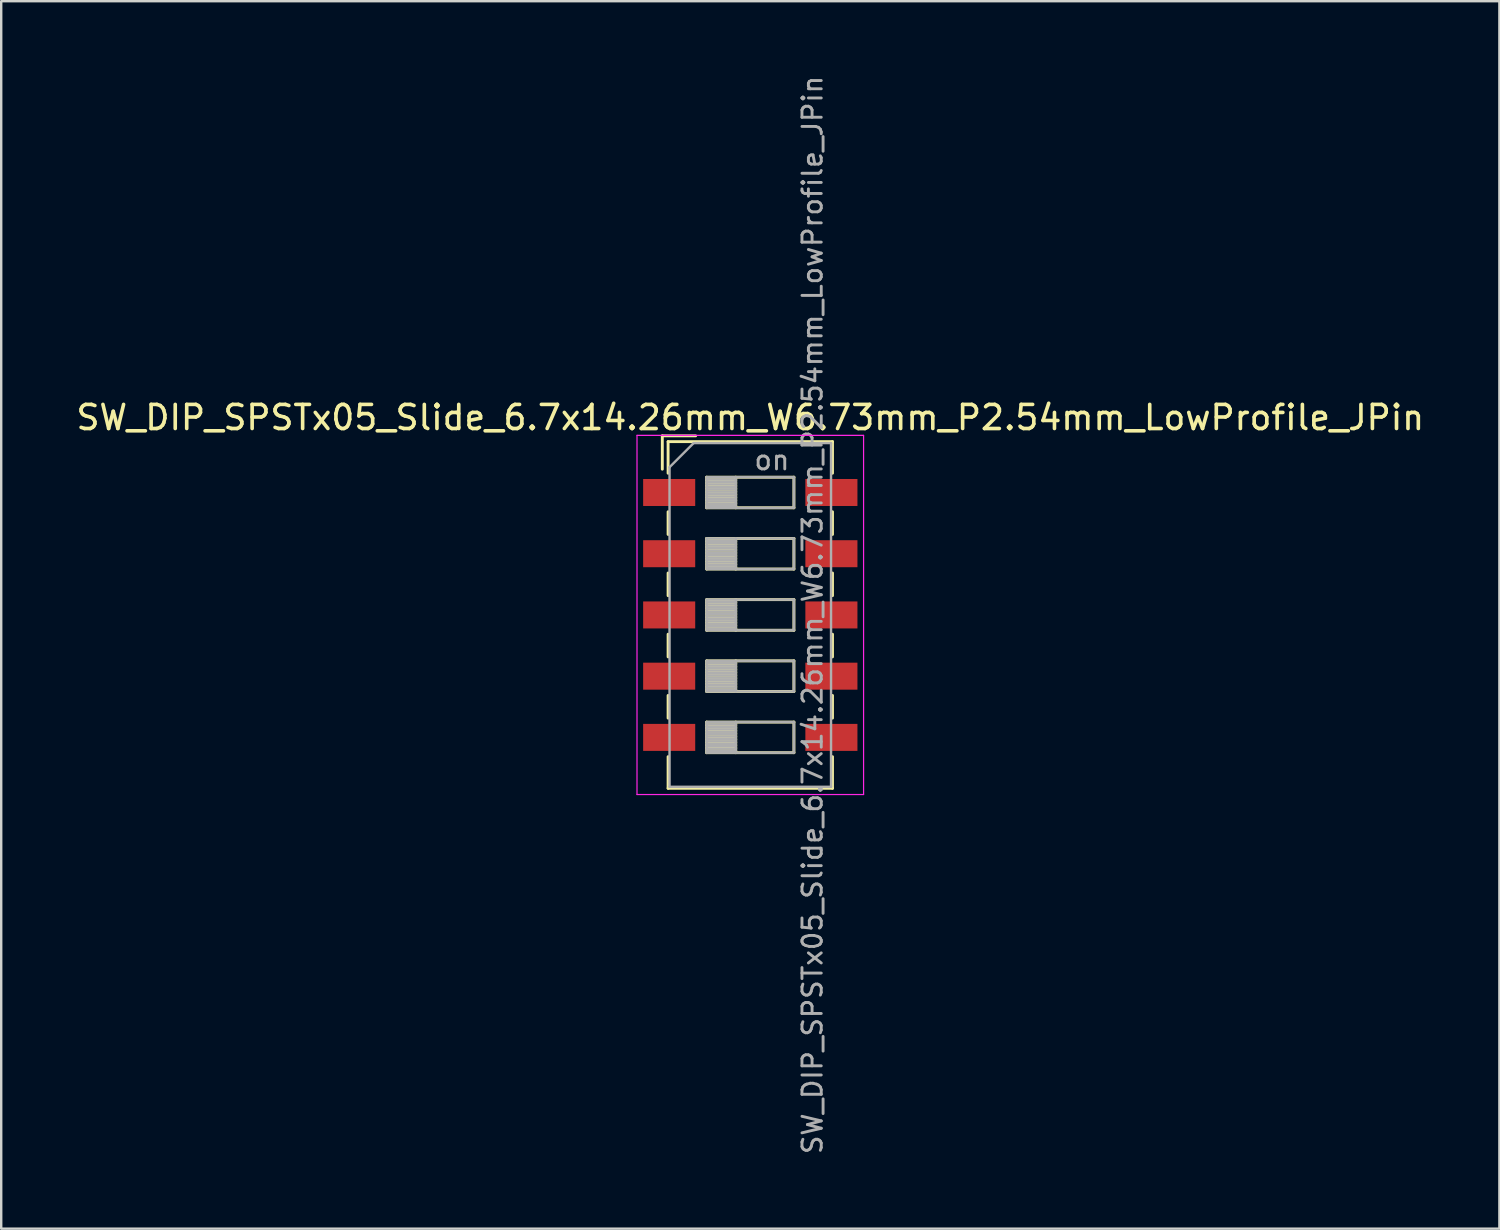
<source format=kicad_pcb>
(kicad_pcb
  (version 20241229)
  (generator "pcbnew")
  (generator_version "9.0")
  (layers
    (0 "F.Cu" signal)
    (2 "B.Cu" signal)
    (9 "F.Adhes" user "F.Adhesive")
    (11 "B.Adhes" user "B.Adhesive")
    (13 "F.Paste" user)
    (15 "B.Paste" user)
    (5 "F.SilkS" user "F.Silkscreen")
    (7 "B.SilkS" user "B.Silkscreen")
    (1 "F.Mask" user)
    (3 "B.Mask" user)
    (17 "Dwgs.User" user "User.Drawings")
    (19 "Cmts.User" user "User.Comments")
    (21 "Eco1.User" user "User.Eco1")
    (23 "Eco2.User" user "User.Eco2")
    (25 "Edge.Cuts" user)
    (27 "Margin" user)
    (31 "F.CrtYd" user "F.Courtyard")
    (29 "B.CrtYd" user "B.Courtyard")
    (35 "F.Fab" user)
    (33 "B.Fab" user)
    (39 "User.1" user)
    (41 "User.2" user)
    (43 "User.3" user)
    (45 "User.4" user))
  (footprint "SW_DIP_SPSTx05_Slide_6.7x14.26mm_W6.73mm_P2.54mm_LowProfile_JPin"
    (layer "F.Cu")
    (at 28.077 22.462)
    (property "Reference" "SW_DIP_SPSTx05_Slide_6.7x14.26mm_W6.73mm_P2.54mm_LowProfile_JPin" (at 0 -8.19 0) (layer "F.SilkS") (effects (font (size 1 1) (thickness 0.15))))
    (attr smd)
    (fp_line (start -3.65 -7.43) (end -3.65 -6.047) (stroke (width 0.12) (type solid)) (layer "F.SilkS"))
    (fp_line (start -3.65 -7.43) (end -2.267 -7.43) (stroke (width 0.12) (type solid)) (layer "F.SilkS"))
    (fp_line (start -3.41 -7.19) (end -3.41 -5.88) (stroke (width 0.12) (type solid)) (layer "F.SilkS"))
    (fp_line (start -3.41 -7.19) (end 3.41 -7.19) (stroke (width 0.12) (type solid)) (layer "F.SilkS"))
    (fp_line (start -3.41 -4.28) (end -3.41 -3.34) (stroke (width 0.12) (type solid)) (layer "F.SilkS"))
    (fp_line (start -3.41 -1.74) (end -3.41 -0.8) (stroke (width 0.12) (type solid)) (layer "F.SilkS"))
    (fp_line (start -3.41 0.8) (end -3.41 1.74) (stroke (width 0.12) (type solid)) (layer "F.SilkS"))
    (fp_line (start -3.41 3.34) (end -3.41 4.28) (stroke (width 0.12) (type solid)) (layer "F.SilkS"))
    (fp_line (start -3.41 5.88) (end -3.41 7.191) (stroke (width 0.12) (type solid)) (layer "F.SilkS"))
    (fp_line (start -3.41 7.191) (end 3.41 7.191) (stroke (width 0.12) (type solid)) (layer "F.SilkS"))
    (fp_line (start -1.81 -5.715) (end -1.81 -4.445) (stroke (width 0.12) (type solid)) (layer "F.SilkS"))
    (fp_line (start -1.81 -5.595) (end -0.603 -5.595) (stroke (width 0.12) (type solid)) (layer "F.SilkS"))
    (fp_line (start -1.81 -5.475) (end -0.603 -5.475) (stroke (width 0.12) (type solid)) (layer "F.SilkS"))
    (fp_line (start -1.81 -5.355) (end -0.603 -5.355) (stroke (width 0.12) (type solid)) (layer "F.SilkS"))
    (fp_line (start -1.81 -5.235) (end -0.603 -5.235) (stroke (width 0.12) (type solid)) (layer "F.SilkS"))
    (fp_line (start -1.81 -5.115) (end -0.603 -5.115) (stroke (width 0.12) (type solid)) (layer "F.SilkS"))
    (fp_line (start -1.81 -4.995) (end -0.603 -4.995) (stroke (width 0.12) (type solid)) (layer "F.SilkS"))
    (fp_line (start -1.81 -4.875) (end -0.603 -4.875) (stroke (width 0.12) (type solid)) (layer "F.SilkS"))
    (fp_line (start -1.81 -4.755) (end -0.603 -4.755) (stroke (width 0.12) (type solid)) (layer "F.SilkS"))
    (fp_line (start -1.81 -4.635) (end -0.603 -4.635) (stroke (width 0.12) (type solid)) (layer "F.SilkS"))
    (fp_line (start -1.81 -4.515) (end -0.603 -4.515) (stroke (width 0.12) (type solid)) (layer "F.SilkS"))
    (fp_line (start -1.81 -4.445) (end 1.81 -4.445) (stroke (width 0.12) (type solid)) (layer "F.SilkS"))
    (fp_line (start -1.81 -3.175) (end -1.81 -1.905) (stroke (width 0.12) (type solid)) (layer "F.SilkS"))
    (fp_line (start -1.81 -3.055) (end -0.603 -3.055) (stroke (width 0.12) (type solid)) (layer "F.SilkS"))
    (fp_line (start -1.81 -2.935) (end -0.603 -2.935) (stroke (width 0.12) (type solid)) (layer "F.SilkS"))
    (fp_line (start -1.81 -2.815) (end -0.603 -2.815) (stroke (width 0.12) (type solid)) (layer "F.SilkS"))
    (fp_line (start -1.81 -2.695) (end -0.603 -2.695) (stroke (width 0.12) (type solid)) (layer "F.SilkS"))
    (fp_line (start -1.81 -2.575) (end -0.603 -2.575) (stroke (width 0.12) (type solid)) (layer "F.SilkS"))
    (fp_line (start -1.81 -2.455) (end -0.603 -2.455) (stroke (width 0.12) (type solid)) (layer "F.SilkS"))
    (fp_line (start -1.81 -2.335) (end -0.603 -2.335) (stroke (width 0.12) (type solid)) (layer "F.SilkS"))
    (fp_line (start -1.81 -2.215) (end -0.603 -2.215) (stroke (width 0.12) (type solid)) (layer "F.SilkS"))
    (fp_line (start -1.81 -2.095) (end -0.603 -2.095) (stroke (width 0.12) (type solid)) (layer "F.SilkS"))
    (fp_line (start -1.81 -1.975) (end -0.603 -1.975) (stroke (width 0.12) (type solid)) (layer "F.SilkS"))
    (fp_line (start -1.81 -1.905) (end 1.81 -1.905) (stroke (width 0.12) (type solid)) (layer "F.SilkS"))
    (fp_line (start -1.81 -0.635) (end -1.81 0.635) (stroke (width 0.12) (type solid)) (layer "F.SilkS"))
    (fp_line (start -1.81 -0.515) (end -0.603 -0.515) (stroke (width 0.12) (type solid)) (layer "F.SilkS"))
    (fp_line (start -1.81 -0.395) (end -0.603 -0.395) (stroke (width 0.12) (type solid)) (layer "F.SilkS"))
    (fp_line (start -1.81 -0.275) (end -0.603 -0.275) (stroke (width 0.12) (type solid)) (layer "F.SilkS"))
    (fp_line (start -1.81 -0.155) (end -0.603 -0.155) (stroke (width 0.12) (type solid)) (layer "F.SilkS"))
    (fp_line (start -1.81 -0.035) (end -0.603 -0.035) (stroke (width 0.12) (type solid)) (layer "F.SilkS"))
    (fp_line (start -1.81 0.085) (end -0.603 0.085) (stroke (width 0.12) (type solid)) (layer "F.SilkS"))
    (fp_line (start -1.81 0.205) (end -0.603 0.205) (stroke (width 0.12) (type solid)) (layer "F.SilkS"))
    (fp_line (start -1.81 0.325) (end -0.603 0.325) (stroke (width 0.12) (type solid)) (layer "F.SilkS"))
    (fp_line (start -1.81 0.445) (end -0.603 0.445) (stroke (width 0.12) (type solid)) (layer "F.SilkS"))
    (fp_line (start -1.81 0.565) (end -0.603 0.565) (stroke (width 0.12) (type solid)) (layer "F.SilkS"))
    (fp_line (start -1.81 0.635) (end 1.81 0.635) (stroke (width 0.12) (type solid)) (layer "F.SilkS"))
    (fp_line (start -1.81 1.905) (end -1.81 3.175) (stroke (width 0.12) (type solid)) (layer "F.SilkS"))
    (fp_line (start -1.81 2.025) (end -0.603 2.025) (stroke (width 0.12) (type solid)) (layer "F.SilkS"))
    (fp_line (start -1.81 2.145) (end -0.603 2.145) (stroke (width 0.12) (type solid)) (layer "F.SilkS"))
    (fp_line (start -1.81 2.265) (end -0.603 2.265) (stroke (width 0.12) (type solid)) (layer "F.SilkS"))
    (fp_line (start -1.81 2.385) (end -0.603 2.385) (stroke (width 0.12) (type solid)) (layer "F.SilkS"))
    (fp_line (start -1.81 2.505) (end -0.603 2.505) (stroke (width 0.12) (type solid)) (layer "F.SilkS"))
    (fp_line (start -1.81 2.625) (end -0.603 2.625) (stroke (width 0.12) (type solid)) (layer "F.SilkS"))
    (fp_line (start -1.81 2.745) (end -0.603 2.745) (stroke (width 0.12) (type solid)) (layer "F.SilkS"))
    (fp_line (start -1.81 2.865) (end -0.603 2.865) (stroke (width 0.12) (type solid)) (layer "F.SilkS"))
    (fp_line (start -1.81 2.985) (end -0.603 2.985) (stroke (width 0.12) (type solid)) (layer "F.SilkS"))
    (fp_line (start -1.81 3.105) (end -0.603 3.105) (stroke (width 0.12) (type solid)) (layer "F.SilkS"))
    (fp_line (start -1.81 3.175) (end 1.81 3.175) (stroke (width 0.12) (type solid)) (layer "F.SilkS"))
    (fp_line (start -1.81 4.445) (end -1.81 5.715) (stroke (width 0.12) (type solid)) (layer "F.SilkS"))
    (fp_line (start -1.81 4.565) (end -0.603 4.565) (stroke (width 0.12) (type solid)) (layer "F.SilkS"))
    (fp_line (start -1.81 4.685) (end -0.603 4.685) (stroke (width 0.12) (type solid)) (layer "F.SilkS"))
    (fp_line (start -1.81 4.805) (end -0.603 4.805) (stroke (width 0.12) (type solid)) (layer "F.SilkS"))
    (fp_line (start -1.81 4.925) (end -0.603 4.925) (stroke (width 0.12) (type solid)) (layer "F.SilkS"))
    (fp_line (start -1.81 5.045) (end -0.603 5.045) (stroke (width 0.12) (type solid)) (layer "F.SilkS"))
    (fp_line (start -1.81 5.165) (end -0.603 5.165) (stroke (width 0.12) (type solid)) (layer "F.SilkS"))
    (fp_line (start -1.81 5.285) (end -0.603 5.285) (stroke (width 0.12) (type solid)) (layer "F.SilkS"))
    (fp_line (start -1.81 5.405) (end -0.603 5.405) (stroke (width 0.12) (type solid)) (layer "F.SilkS"))
    (fp_line (start -1.81 5.525) (end -0.603 5.525) (stroke (width 0.12) (type solid)) (layer "F.SilkS"))
    (fp_line (start -1.81 5.645) (end -0.603 5.645) (stroke (width 0.12) (type solid)) (layer "F.SilkS"))
    (fp_line (start -1.81 5.715) (end 1.81 5.715) (stroke (width 0.12) (type solid)) (layer "F.SilkS"))
    (fp_line (start -0.603 -5.715) (end -0.603 -4.445) (stroke (width 0.12) (type solid)) (layer "F.SilkS"))
    (fp_line (start -0.603 -3.175) (end -0.603 -1.905) (stroke (width 0.12) (type solid)) (layer "F.SilkS"))
    (fp_line (start -0.603 -0.635) (end -0.603 0.635) (stroke (width 0.12) (type solid)) (layer "F.SilkS"))
    (fp_line (start -0.603 1.905) (end -0.603 3.175) (stroke (width 0.12) (type solid)) (layer "F.SilkS"))
    (fp_line (start -0.603 4.445) (end -0.603 5.715) (stroke (width 0.12) (type solid)) (layer "F.SilkS"))
    (fp_line (start 1.81 -5.715) (end -1.81 -5.715) (stroke (width 0.12) (type solid)) (layer "F.SilkS"))
    (fp_line (start 1.81 -4.445) (end 1.81 -5.715) (stroke (width 0.12) (type solid)) (layer "F.SilkS"))
    (fp_line (start 1.81 -3.175) (end -1.81 -3.175) (stroke (width 0.12) (type solid)) (layer "F.SilkS"))
    (fp_line (start 1.81 -1.905) (end 1.81 -3.175) (stroke (width 0.12) (type solid)) (layer "F.SilkS"))
    (fp_line (start 1.81 -0.635) (end -1.81 -0.635) (stroke (width 0.12) (type solid)) (layer "F.SilkS"))
    (fp_line (start 1.81 0.635) (end 1.81 -0.635) (stroke (width 0.12) (type solid)) (layer "F.SilkS"))
    (fp_line (start 1.81 1.905) (end -1.81 1.905) (stroke (width 0.12) (type solid)) (layer "F.SilkS"))
    (fp_line (start 1.81 3.175) (end 1.81 1.905) (stroke (width 0.12) (type solid)) (layer "F.SilkS"))
    (fp_line (start 1.81 4.445) (end -1.81 4.445) (stroke (width 0.12) (type solid)) (layer "F.SilkS"))
    (fp_line (start 1.81 5.715) (end 1.81 4.445) (stroke (width 0.12) (type solid)) (layer "F.SilkS"))
    (fp_line (start 3.41 -7.19) (end 3.41 -5.88) (stroke (width 0.12) (type solid)) (layer "F.SilkS"))
    (fp_line (start 3.41 -4.28) (end 3.41 -3.34) (stroke (width 0.12) (type solid)) (layer "F.SilkS"))
    (fp_line (start 3.41 -1.74) (end 3.41 -0.8) (stroke (width 0.12) (type solid)) (layer "F.SilkS"))
    (fp_line (start 3.41 0.8) (end 3.41 1.74) (stroke (width 0.12) (type solid)) (layer "F.SilkS"))
    (fp_line (start 3.41 3.34) (end 3.41 4.28) (stroke (width 0.12) (type solid)) (layer "F.SilkS"))
    (fp_line (start 3.41 5.88) (end 3.41 7.191) (stroke (width 0.12) (type solid)) (layer "F.SilkS"))
    (fp_line (start -4.7 -7.45) (end -4.7 7.45) (stroke (width 0.05) (type solid)) (layer "F.CrtYd"))
    (fp_line (start -4.7 7.45) (end 4.7 7.45) (stroke (width 0.05) (type solid)) (layer "F.CrtYd"))
    (fp_line (start 4.7 -7.45) (end -4.7 -7.45) (stroke (width 0.05) (type solid)) (layer "F.CrtYd"))
    (fp_line (start 4.7 7.45) (end 4.7 -7.45) (stroke (width 0.05) (type solid)) (layer "F.CrtYd"))
    (fp_line (start -3.35 -6.13) (end -2.35 -7.13) (stroke (width 0.1) (type solid)) (layer "F.Fab"))
    (fp_line (start -3.35 7.13) (end -3.35 -6.13) (stroke (width 0.1) (type solid)) (layer "F.Fab"))
    (fp_line (start -2.35 -7.13) (end 3.35 -7.13) (stroke (width 0.1) (type solid)) (layer "F.Fab"))
    (fp_line (start -1.81 -5.715) (end -1.81 -4.445) (stroke (width 0.1) (type solid)) (layer "F.Fab"))
    (fp_line (start -1.81 -5.615) (end -0.603 -5.615) (stroke (width 0.1) (type solid)) (layer "F.Fab"))
    (fp_line (start -1.81 -5.515) (end -0.603 -5.515) (stroke (width 0.1) (type solid)) (layer "F.Fab"))
    (fp_line (start -1.81 -5.415) (end -0.603 -5.415) (stroke (width 0.1) (type solid)) (layer "F.Fab"))
    (fp_line (start -1.81 -5.315) (end -0.603 -5.315) (stroke (width 0.1) (type solid)) (layer "F.Fab"))
    (fp_line (start -1.81 -5.215) (end -0.603 -5.215) (stroke (width 0.1) (type solid)) (layer "F.Fab"))
    (fp_line (start -1.81 -5.115) (end -0.603 -5.115) (stroke (width 0.1) (type solid)) (layer "F.Fab"))
    (fp_line (start -1.81 -5.015) (end -0.603 -5.015) (stroke (width 0.1) (type solid)) (layer "F.Fab"))
    (fp_line (start -1.81 -4.915) (end -0.603 -4.915) (stroke (width 0.1) (type solid)) (layer "F.Fab"))
    (fp_line (start -1.81 -4.815) (end -0.603 -4.815) (stroke (width 0.1) (type solid)) (layer "F.Fab"))
    (fp_line (start -1.81 -4.715) (end -0.603 -4.715) (stroke (width 0.1) (type solid)) (layer "F.Fab"))
    (fp_line (start -1.81 -4.615) (end -0.603 -4.615) (stroke (width 0.1) (type solid)) (layer "F.Fab"))
    (fp_line (start -1.81 -4.515) (end -0.603 -4.515) (stroke (width 0.1) (type solid)) (layer "F.Fab"))
    (fp_line (start -1.81 -4.445) (end 1.81 -4.445) (stroke (width 0.1) (type solid)) (layer "F.Fab"))
    (fp_line (start -1.81 -3.175) (end -1.81 -1.905) (stroke (width 0.1) (type solid)) (layer "F.Fab"))
    (fp_line (start -1.81 -3.075) (end -0.603 -3.075) (stroke (width 0.1) (type solid)) (layer "F.Fab"))
    (fp_line (start -1.81 -2.975) (end -0.603 -2.975) (stroke (width 0.1) (type solid)) (layer "F.Fab"))
    (fp_line (start -1.81 -2.875) (end -0.603 -2.875) (stroke (width 0.1) (type solid)) (layer "F.Fab"))
    (fp_line (start -1.81 -2.775) (end -0.603 -2.775) (stroke (width 0.1) (type solid)) (layer "F.Fab"))
    (fp_line (start -1.81 -2.675) (end -0.603 -2.675) (stroke (width 0.1) (type solid)) (layer "F.Fab"))
    (fp_line (start -1.81 -2.575) (end -0.603 -2.575) (stroke (width 0.1) (type solid)) (layer "F.Fab"))
    (fp_line (start -1.81 -2.475) (end -0.603 -2.475) (stroke (width 0.1) (type solid)) (layer "F.Fab"))
    (fp_line (start -1.81 -2.375) (end -0.603 -2.375) (stroke (width 0.1) (type solid)) (layer "F.Fab"))
    (fp_line (start -1.81 -2.275) (end -0.603 -2.275) (stroke (width 0.1) (type solid)) (layer "F.Fab"))
    (fp_line (start -1.81 -2.175) (end -0.603 -2.175) (stroke (width 0.1) (type solid)) (layer "F.Fab"))
    (fp_line (start -1.81 -2.075) (end -0.603 -2.075) (stroke (width 0.1) (type solid)) (layer "F.Fab"))
    (fp_line (start -1.81 -1.975) (end -0.603 -1.975) (stroke (width 0.1) (type solid)) (layer "F.Fab"))
    (fp_line (start -1.81 -1.905) (end 1.81 -1.905) (stroke (width 0.1) (type solid)) (layer "F.Fab"))
    (fp_line (start -1.81 -0.635) (end -1.81 0.635) (stroke (width 0.1) (type solid)) (layer "F.Fab"))
    (fp_line (start -1.81 -0.535) (end -0.603 -0.535) (stroke (width 0.1) (type solid)) (layer "F.Fab"))
    (fp_line (start -1.81 -0.435) (end -0.603 -0.435) (stroke (width 0.1) (type solid)) (layer "F.Fab"))
    (fp_line (start -1.81 -0.335) (end -0.603 -0.335) (stroke (width 0.1) (type solid)) (layer "F.Fab"))
    (fp_line (start -1.81 -0.235) (end -0.603 -0.235) (stroke (width 0.1) (type solid)) (layer "F.Fab"))
    (fp_line (start -1.81 -0.135) (end -0.603 -0.135) (stroke (width 0.1) (type solid)) (layer "F.Fab"))
    (fp_line (start -1.81 -0.035) (end -0.603 -0.035) (stroke (width 0.1) (type solid)) (layer "F.Fab"))
    (fp_line (start -1.81 0.065) (end -0.603 0.065) (stroke (width 0.1) (type solid)) (layer "F.Fab"))
    (fp_line (start -1.81 0.165) (end -0.603 0.165) (stroke (width 0.1) (type solid)) (layer "F.Fab"))
    (fp_line (start -1.81 0.265) (end -0.603 0.265) (stroke (width 0.1) (type solid)) (layer "F.Fab"))
    (fp_line (start -1.81 0.365) (end -0.603 0.365) (stroke (width 0.1) (type solid)) (layer "F.Fab"))
    (fp_line (start -1.81 0.465) (end -0.603 0.465) (stroke (width 0.1) (type solid)) (layer "F.Fab"))
    (fp_line (start -1.81 0.565) (end -0.603 0.565) (stroke (width 0.1) (type solid)) (layer "F.Fab"))
    (fp_line (start -1.81 0.635) (end 1.81 0.635) (stroke (width 0.1) (type solid)) (layer "F.Fab"))
    (fp_line (start -1.81 1.905) (end -1.81 3.175) (stroke (width 0.1) (type solid)) (layer "F.Fab"))
    (fp_line (start -1.81 2.005) (end -0.603 2.005) (stroke (width 0.1) (type solid)) (layer "F.Fab"))
    (fp_line (start -1.81 2.105) (end -0.603 2.105) (stroke (width 0.1) (type solid)) (layer "F.Fab"))
    (fp_line (start -1.81 2.205) (end -0.603 2.205) (stroke (width 0.1) (type solid)) (layer "F.Fab"))
    (fp_line (start -1.81 2.305) (end -0.603 2.305) (stroke (width 0.1) (type solid)) (layer "F.Fab"))
    (fp_line (start -1.81 2.405) (end -0.603 2.405) (stroke (width 0.1) (type solid)) (layer "F.Fab"))
    (fp_line (start -1.81 2.505) (end -0.603 2.505) (stroke (width 0.1) (type solid)) (layer "F.Fab"))
    (fp_line (start -1.81 2.605) (end -0.603 2.605) (stroke (width 0.1) (type solid)) (layer "F.Fab"))
    (fp_line (start -1.81 2.705) (end -0.603 2.705) (stroke (width 0.1) (type solid)) (layer "F.Fab"))
    (fp_line (start -1.81 2.805) (end -0.603 2.805) (stroke (width 0.1) (type solid)) (layer "F.Fab"))
    (fp_line (start -1.81 2.905) (end -0.603 2.905) (stroke (width 0.1) (type solid)) (layer "F.Fab"))
    (fp_line (start -1.81 3.005) (end -0.603 3.005) (stroke (width 0.1) (type solid)) (layer "F.Fab"))
    (fp_line (start -1.81 3.105) (end -0.603 3.105) (stroke (width 0.1) (type solid)) (layer "F.Fab"))
    (fp_line (start -1.81 3.175) (end 1.81 3.175) (stroke (width 0.1) (type solid)) (layer "F.Fab"))
    (fp_line (start -1.81 4.445) (end -1.81 5.715) (stroke (width 0.1) (type solid)) (layer "F.Fab"))
    (fp_line (start -1.81 4.545) (end -0.603 4.545) (stroke (width 0.1) (type solid)) (layer "F.Fab"))
    (fp_line (start -1.81 4.645) (end -0.603 4.645) (stroke (width 0.1) (type solid)) (layer "F.Fab"))
    (fp_line (start -1.81 4.745) (end -0.603 4.745) (stroke (width 0.1) (type solid)) (layer "F.Fab"))
    (fp_line (start -1.81 4.845) (end -0.603 4.845) (stroke (width 0.1) (type solid)) (layer "F.Fab"))
    (fp_line (start -1.81 4.945) (end -0.603 4.945) (stroke (width 0.1) (type solid)) (layer "F.Fab"))
    (fp_line (start -1.81 5.045) (end -0.603 5.045) (stroke (width 0.1) (type solid)) (layer "F.Fab"))
    (fp_line (start -1.81 5.145) (end -0.603 5.145) (stroke (width 0.1) (type solid)) (layer "F.Fab"))
    (fp_line (start -1.81 5.245) (end -0.603 5.245) (stroke (width 0.1) (type solid)) (layer "F.Fab"))
    (fp_line (start -1.81 5.345) (end -0.603 5.345) (stroke (width 0.1) (type solid)) (layer "F.Fab"))
    (fp_line (start -1.81 5.445) (end -0.603 5.445) (stroke (width 0.1) (type solid)) (layer "F.Fab"))
    (fp_line (start -1.81 5.545) (end -0.603 5.545) (stroke (width 0.1) (type solid)) (layer "F.Fab"))
    (fp_line (start -1.81 5.645) (end -0.603 5.645) (stroke (width 0.1) (type solid)) (layer "F.Fab"))
    (fp_line (start -1.81 5.715) (end 1.81 5.715) (stroke (width 0.1) (type solid)) (layer "F.Fab"))
    (fp_line (start -0.603 -5.715) (end -0.603 -4.445) (stroke (width 0.1) (type solid)) (layer "F.Fab"))
    (fp_line (start -0.603 -3.175) (end -0.603 -1.905) (stroke (width 0.1) (type solid)) (layer "F.Fab"))
    (fp_line (start -0.603 -0.635) (end -0.603 0.635) (stroke (width 0.1) (type solid)) (layer "F.Fab"))
    (fp_line (start -0.603 1.905) (end -0.603 3.175) (stroke (width 0.1) (type solid)) (layer "F.Fab"))
    (fp_line (start -0.603 4.445) (end -0.603 5.715) (stroke (width 0.1) (type solid)) (layer "F.Fab"))
    (fp_line (start 1.81 -5.715) (end -1.81 -5.715) (stroke (width 0.1) (type solid)) (layer "F.Fab"))
    (fp_line (start 1.81 -4.445) (end 1.81 -5.715) (stroke (width 0.1) (type solid)) (layer "F.Fab"))
    (fp_line (start 1.81 -3.175) (end -1.81 -3.175) (stroke (width 0.1) (type solid)) (layer "F.Fab"))
    (fp_line (start 1.81 -1.905) (end 1.81 -3.175) (stroke (width 0.1) (type solid)) (layer "F.Fab"))
    (fp_line (start 1.81 -0.635) (end -1.81 -0.635) (stroke (width 0.1) (type solid)) (layer "F.Fab"))
    (fp_line (start 1.81 0.635) (end 1.81 -0.635) (stroke (width 0.1) (type solid)) (layer "F.Fab"))
    (fp_line (start 1.81 1.905) (end -1.81 1.905) (stroke (width 0.1) (type solid)) (layer "F.Fab"))
    (fp_line (start 1.81 3.175) (end 1.81 1.905) (stroke (width 0.1) (type solid)) (layer "F.Fab"))
    (fp_line (start 1.81 4.445) (end -1.81 4.445) (stroke (width 0.1) (type solid)) (layer "F.Fab"))
    (fp_line (start 1.81 5.715) (end 1.81 4.445) (stroke (width 0.1) (type solid)) (layer "F.Fab"))
    (fp_line (start 3.35 -7.13) (end 3.35 7.13) (stroke (width 0.1) (type solid)) (layer "F.Fab"))
    (fp_line (start 3.35 7.13) (end -3.35 7.13) (stroke (width 0.1) (type solid)) (layer "F.Fab"))
    (fp_text user "on" (at 0.897 -6.423 0) (layer "F.Fab") (effects (font (size 0.8 0.8) (thickness 0.12))))
    (fp_text user "${REFERENCE}" (at 2.58 0 90) (layer "F.Fab") (effects (font (size 0.8 0.8) (thickness 0.12))))
    (pad "1" smd rect (at -3.365 -5.08) (size 2.16 1.12) (layers "F.Cu" "F.Mask" "F.Paste"))
    (pad "2" smd rect (at -3.365 -2.54) (size 2.16 1.12) (layers "F.Cu" "F.Mask" "F.Paste"))
    (pad "3" smd rect (at -3.365 0) (size 2.16 1.12) (layers "F.Cu" "F.Mask" "F.Paste"))
    (pad "4" smd rect (at -3.365 2.54) (size 2.16 1.12) (layers "F.Cu" "F.Mask" "F.Paste"))
    (pad "5" smd rect (at -3.365 5.08) (size 2.16 1.12) (layers "F.Cu" "F.Mask" "F.Paste"))
    (pad "6" smd rect (at 3.365 5.08) (size 2.16 1.12) (layers "F.Cu" "F.Mask" "F.Paste"))
    (pad "7" smd rect (at 3.365 2.54) (size 2.16 1.12) (layers "F.Cu" "F.Mask" "F.Paste"))
    (pad "8" smd rect (at 3.365 0) (size 2.16 1.12) (layers "F.Cu" "F.Mask" "F.Paste"))
    (pad "9" smd rect (at 3.365 -2.54) (size 2.16 1.12) (layers "F.Cu" "F.Mask" "F.Paste"))
    (pad "10" smd rect (at 3.365 -5.08) (size 2.16 1.12) (layers "F.Cu" "F.Mask" "F.Paste")))
  (gr_rect
    (start -3 -3)
    (end 59.155 47.924)
    (stroke (width 0.1) (type default))
    (fill no)
    (layer "Edge.Cuts")))
</source>
